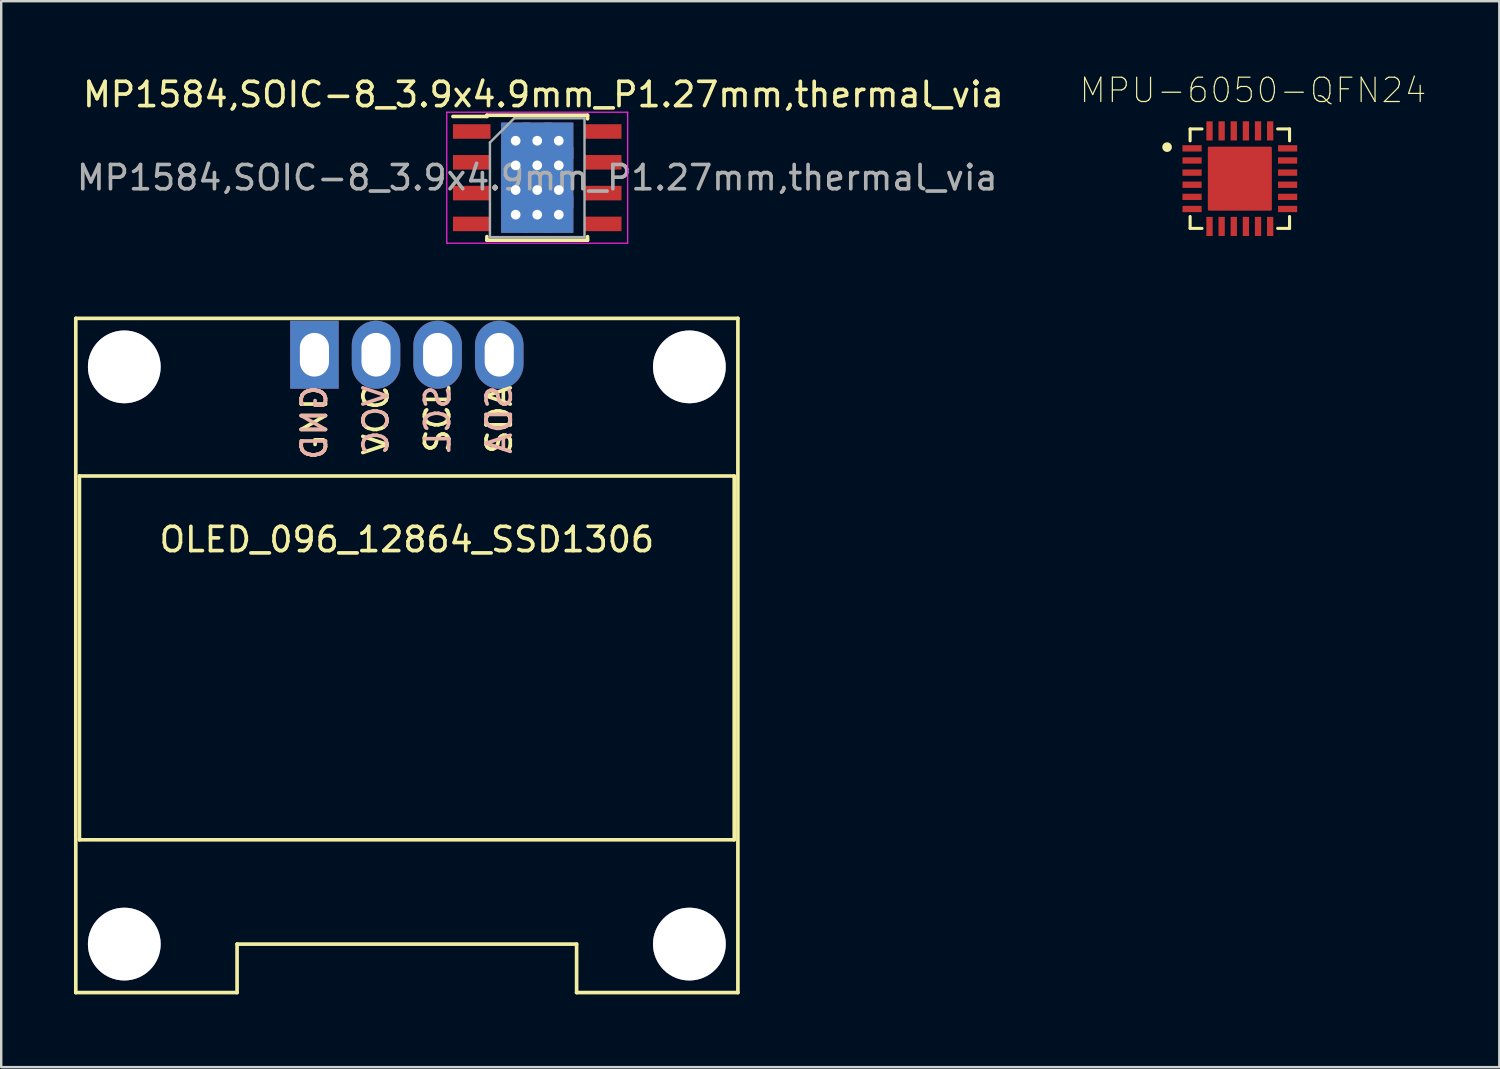
<source format=kicad_pcb>
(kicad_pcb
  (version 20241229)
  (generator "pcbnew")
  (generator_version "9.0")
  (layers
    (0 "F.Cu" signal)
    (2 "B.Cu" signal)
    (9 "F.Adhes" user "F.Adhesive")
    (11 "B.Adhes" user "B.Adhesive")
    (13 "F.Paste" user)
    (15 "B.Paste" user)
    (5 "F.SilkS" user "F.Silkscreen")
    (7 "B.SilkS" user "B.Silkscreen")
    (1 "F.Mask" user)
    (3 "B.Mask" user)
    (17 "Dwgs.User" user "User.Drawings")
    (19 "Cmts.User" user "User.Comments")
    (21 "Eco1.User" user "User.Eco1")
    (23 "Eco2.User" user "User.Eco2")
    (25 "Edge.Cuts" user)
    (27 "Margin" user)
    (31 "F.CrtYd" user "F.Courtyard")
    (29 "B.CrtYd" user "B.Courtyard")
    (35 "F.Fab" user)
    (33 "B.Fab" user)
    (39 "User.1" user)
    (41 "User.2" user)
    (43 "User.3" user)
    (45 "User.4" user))
  (footprint "MPU-6050-QFN24"
    (layer "F.Cu")
    (at 48.072 4.317)
    (property "Reference" "MPU-6050-QFN24" (at 0.541 -3.643 0) (layer "F.SilkS") (effects (font (size 1.002 1.002) (thickness 0.05))))
    (attr smd)
    (fp_poly (pts (xy -1.27 -1.27) (xy -1.27 1.27) (xy 1.27 1.27) (xy 1.27 -1.27)) (stroke (width 0.1) (type solid)) (fill yes) (layer "F.Cu"))
    (fp_line (start -2.05 -1.56) (end -2.05 -2.05) (stroke (width 0.127) (type solid)) (layer "F.SilkS"))
    (fp_line (start -2.05 2.05) (end -2.05 1.56) (stroke (width 0.127) (type solid)) (layer "F.SilkS"))
    (fp_line (start -1.56 -2.05) (end -2.05 -2.05) (stroke (width 0.127) (type solid)) (layer "F.SilkS"))
    (fp_line (start -1.56 2.05) (end -2.05 2.05) (stroke (width 0.127) (type solid)) (layer "F.SilkS"))
    (fp_line (start 1.56 -2.05) (end 2.05 -2.05) (stroke (width 0.127) (type solid)) (layer "F.SilkS"))
    (fp_line (start 2.05 -2.05) (end 2.05 -1.56) (stroke (width 0.127) (type solid)) (layer "F.SilkS"))
    (fp_line (start 2.05 1.56) (end 2.05 2.05) (stroke (width 0.127) (type solid)) (layer "F.SilkS"))
    (fp_line (start 2.05 2.05) (end 1.56 2.05) (stroke (width 0.127) (type solid)) (layer "F.SilkS"))
    (fp_circle (center -3 -1.3) (end -2.9 -1.3) (stroke (width 0.2) (type solid)) (fill no) (layer "F.SilkS"))
    (fp_line (start -2.62 -2.62) (end 2.62 -2.62) (stroke (width 0.05) (type solid)) (layer "Eco1.User"))
    (fp_line (start -2.62 2.62) (end -2.62 -2.62) (stroke (width 0.05) (type solid)) (layer "Eco1.User"))
    (fp_line (start 2.62 -2.62) (end 2.62 2.62) (stroke (width 0.05) (type solid)) (layer "Eco1.User"))
    (fp_line (start 2.62 2.62) (end -2.62 2.62) (stroke (width 0.05) (type solid)) (layer "Eco1.User"))
    (fp_line (start -2.05 -2.05) (end -2.05 2.05) (stroke (width 0.127) (type solid)) (layer "Eco2.User"))
    (fp_line (start 2.05 -2.05) (end -2.05 -2.05) (stroke (width 0.127) (type solid)) (layer "Eco2.User"))
    (fp_line (start 2.05 -2.05) (end 2.05 2.05) (stroke (width 0.127) (type solid)) (layer "Eco2.User"))
    (fp_line (start 2.05 2.05) (end -2.05 2.05) (stroke (width 0.127) (type solid)) (layer "Eco2.User"))
    (pad "1" smd rect (at -1.97 -1.25) (size 0.79 0.26) (layers "F.Cu" "F.Mask" "F.Paste"))
    (pad "2" smd rect (at -1.97 -0.75) (size 0.79 0.26) (layers "F.Cu" "F.Mask" "F.Paste"))
    (pad "3" smd rect (at -1.97 -0.25) (size 0.79 0.26) (layers "F.Cu" "F.Mask" "F.Paste"))
    (pad "4" smd rect (at -1.97 0.25) (size 0.79 0.26) (layers "F.Cu" "F.Mask" "F.Paste"))
    (pad "5" smd rect (at -1.97 0.75) (size 0.79 0.26) (layers "F.Cu" "F.Mask" "F.Paste"))
    (pad "6" smd rect (at -1.97 1.25) (size 0.79 0.26) (layers "F.Cu" "F.Mask" "F.Paste"))
    (pad "7" smd rect (at -1.25 1.97 90) (size 0.79 0.26) (layers "F.Cu" "F.Mask" "F.Paste"))
    (pad "8" smd rect (at -0.75 1.97 90) (size 0.79 0.26) (layers "F.Cu" "F.Mask" "F.Paste"))
    (pad "9" smd rect (at -0.25 1.97 90) (size 0.79 0.26) (layers "F.Cu" "F.Mask" "F.Paste"))
    (pad "10" smd rect (at 0.25 1.97 90) (size 0.79 0.26) (layers "F.Cu" "F.Mask" "F.Paste"))
    (pad "11" smd rect (at 0.75 1.97 90) (size 0.79 0.26) (layers "F.Cu" "F.Mask" "F.Paste"))
    (pad "12" smd rect (at 1.25 1.97 90) (size 0.79 0.26) (layers "F.Cu" "F.Mask" "F.Paste"))
    (pad "13" smd rect (at 1.97 1.25 180) (size 0.79 0.26) (layers "F.Cu" "F.Mask" "F.Paste"))
    (pad "14" smd rect (at 1.97 0.75 180) (size 0.79 0.26) (layers "F.Cu" "F.Mask" "F.Paste"))
    (pad "15" smd rect (at 1.97 0.25 180) (size 0.79 0.26) (layers "F.Cu" "F.Mask" "F.Paste"))
    (pad "16" smd rect (at 1.97 -0.25 180) (size 0.79 0.26) (layers "F.Cu" "F.Mask" "F.Paste"))
    (pad "17" smd rect (at 1.97 -0.75 180) (size 0.79 0.26) (layers "F.Cu" "F.Mask" "F.Paste"))
    (pad "18" smd rect (at 1.97 -1.25 180) (size 0.79 0.26) (layers "F.Cu" "F.Mask" "F.Paste"))
    (pad "19" smd rect (at 1.25 -1.97 270) (size 0.79 0.26) (layers "F.Cu" "F.Mask" "F.Paste"))
    (pad "20" smd rect (at 0.75 -1.97 270) (size 0.79 0.26) (layers "F.Cu" "F.Mask" "F.Paste"))
    (pad "21" smd rect (at 0.25 -1.97 270) (size 0.79 0.26) (layers "F.Cu" "F.Mask" "F.Paste"))
    (pad "22" smd rect (at -0.25 -1.97 270) (size 0.79 0.26) (layers "F.Cu" "F.Mask" "F.Paste"))
    (pad "23" smd rect (at -0.75 -1.97 270) (size 0.79 0.26) (layers "F.Cu" "F.Mask" "F.Paste"))
    (pad "24" smd rect (at -1.25 -1.97 270) (size 0.79 0.26) (layers "F.Cu" "F.Mask" "F.Paste")))
  (footprint "OLED_096_12864_SSD1306"
    (layer "F.Cu")
    (at 13.725 11.577)
    (property "Reference" "OLED_096_12864_SSD1306" (at 0 7.62 0) (layer "F.SilkS") (effects (font (size 1 1) (thickness 0.15))))
    (attr through_hole)
    (fp_line (start -13.65 -1.5) (end -13.65 26.3) (stroke (width 0.15) (type solid)) (layer "F.SilkS"))
    (fp_line (start -13.65 -1.5) (end 13.65 -1.5) (stroke (width 0.15) (type solid)) (layer "F.SilkS"))
    (fp_line (start -13.65 26.3) (end -7 26.3) (stroke (width 0.15) (type solid)) (layer "F.SilkS"))
    (fp_line (start -13.5 5) (end -13.5 20) (stroke (width 0.15) (type solid)) (layer "F.SilkS"))
    (fp_line (start -13.5 20) (end 13.5 20) (stroke (width 0.15) (type solid)) (layer "F.SilkS"))
    (fp_line (start -7 24.3) (end 7 24.3) (stroke (width 0.15) (type solid)) (layer "F.SilkS"))
    (fp_line (start -7 26.3) (end -7 24.3) (stroke (width 0.15) (type solid)) (layer "F.SilkS"))
    (fp_line (start 7 26.3) (end 7 24.3) (stroke (width 0.15) (type solid)) (layer "F.SilkS"))
    (fp_line (start 13.5 5) (end -13.5 5) (stroke (width 0.15) (type solid)) (layer "F.SilkS"))
    (fp_line (start 13.5 20) (end 13.5 5) (stroke (width 0.15) (type solid)) (layer "F.SilkS"))
    (fp_line (start 13.65 -1.5) (end 13.65 26.3) (stroke (width 0.15) (type solid)) (layer "F.SilkS"))
    (fp_line (start 13.65 26.3) (end 7 26.3) (stroke (width 0.15) (type solid)) (layer "F.SilkS"))
    (fp_text user "SDA" (at 3.81 2.675 90) (layer "F.SilkS") (effects (font (size 1 1) (thickness 0.15))))
    (fp_text user "SCL" (at 1.27 2.651 90) (layer "F.SilkS") (effects (font (size 1 1) (thickness 0.15))))
    (fp_text user "GND" (at -3.81 2.794 90) (layer "F.SilkS") (effects (font (size 1 1) (thickness 0.15))))
    (fp_text user "VCC" (at -1.27 2.699 90) (layer "F.SilkS") (effects (font (size 1 1) (thickness 0.15))))
    (fp_text user "SCL" (at 1.27 2.651 90) (layer "B.SilkS") (effects (font (size 1 1) (thickness 0.15)) (justify mirror)))
    (fp_text user "VCC" (at -1.27 2.699 90) (layer "B.SilkS") (effects (font (size 1 1) (thickness 0.15)) (justify mirror)))
    (fp_text user "SDA" (at 3.81 2.675 90) (layer "B.SilkS") (effects (font (size 1 1) (thickness 0.15)) (justify mirror)))
    (fp_text user "GND" (at -3.81 2.794 90) (layer "B.SilkS") (effects (font (size 1 1) (thickness 0.15)) (justify mirror)))
    (pad "" thru_hole circle (at -11.65 0.5) (size 3 3) (drill 3) (layers "*.Cu" "*.Mask"))
    (pad "" thru_hole circle (at -11.65 24.3) (size 3 3) (drill 3) (layers "*.Cu" "*.Mask"))
    (pad "" thru_hole circle (at 11.65 0.5) (size 3 3) (drill 3) (layers "*.Cu" "*.Mask"))
    (pad "" thru_hole circle (at 11.65 24.3) (size 3 3) (drill 3) (layers "*.Cu" "*.Mask"))
    (pad "GND" thru_hole rect (at -3.81 0) (size 2 2.8) (drill oval 1.2 1.8) (layers "*.Cu" "*.Mask"))
    (pad "SCL" thru_hole oval (at 1.27 0) (size 2 2.8) (drill oval 1.2 1.8) (layers "*.Cu" "*.Mask"))
    (pad "SDA" thru_hole oval (at 3.81 0) (size 2 2.8) (drill oval 1.2 1.8) (layers "*.Cu" "*.Mask"))
    (pad "VCC" thru_hole oval (at -1.27 0) (size 2 2.8) (drill oval 1.2 1.8) (layers "*.Cu" "*.Mask")))
  (footprint "MP1584,SOIC-8_3.9x4.9mm_P1.27mm,thermal_via"
    (layer "F.Cu")
    (at 19.101 4.277)
    (property "Reference" "MP1584,SOIC-8_3.9x4.9mm_P1.27mm,thermal_via" (at 0.254 -3.429 0) (layer "F.SilkS") (effects (font (size 1 1) (thickness 0.15))))
    (attr smd)
    (fp_line (start -2.075 -2.575) (end -2.075 -2.525) (stroke (width 0.15) (type solid)) (layer "F.SilkS"))
    (fp_line (start -2.075 -2.575) (end 2.075 -2.575) (stroke (width 0.15) (type solid)) (layer "F.SilkS"))
    (fp_line (start -2.075 -2.525) (end -3.475 -2.525) (stroke (width 0.15) (type solid)) (layer "F.SilkS"))
    (fp_line (start -2.075 2.575) (end -2.075 2.43) (stroke (width 0.15) (type solid)) (layer "F.SilkS"))
    (fp_line (start -2.075 2.575) (end 2.075 2.575) (stroke (width 0.15) (type solid)) (layer "F.SilkS"))
    (fp_line (start 2.075 -2.575) (end 2.075 -2.43) (stroke (width 0.15) (type solid)) (layer "F.SilkS"))
    (fp_line (start 2.075 2.575) (end 2.075 2.43) (stroke (width 0.15) (type solid)) (layer "F.SilkS"))
    (fp_line (start -3.73 -2.7) (end -3.73 2.7) (stroke (width 0.05) (type solid)) (layer "F.CrtYd"))
    (fp_line (start -3.73 -2.7) (end 3.73 -2.7) (stroke (width 0.05) (type solid)) (layer "F.CrtYd"))
    (fp_line (start -3.73 2.7) (end 3.73 2.7) (stroke (width 0.05) (type solid)) (layer "F.CrtYd"))
    (fp_line (start 3.73 -2.7) (end 3.73 2.7) (stroke (width 0.05) (type solid)) (layer "F.CrtYd"))
    (fp_line (start -1.95 -1.45) (end -0.95 -2.45) (stroke (width 0.1) (type solid)) (layer "F.Fab"))
    (fp_line (start -1.95 2.45) (end -1.95 -1.45) (stroke (width 0.1) (type solid)) (layer "F.Fab"))
    (fp_line (start -0.95 -2.45) (end 1.95 -2.45) (stroke (width 0.1) (type solid)) (layer "F.Fab"))
    (fp_line (start 1.95 -2.45) (end 1.95 2.45) (stroke (width 0.1) (type solid)) (layer "F.Fab"))
    (fp_line (start 1.95 2.45) (end -1.95 2.45) (stroke (width 0.1) (type solid)) (layer "F.Fab"))
    (fp_text user "${REFERENCE}" (at 0 0 0) (layer "F.Fab") (effects (font (size 1 1) (thickness 0.15))))
    (pad "1" smd rect (at -2.7 -1.905) (size 1.55 0.6) (layers "F.Cu" "F.Mask" "F.Paste"))
    (pad "2" smd rect (at -2.7 -0.635) (size 1.55 0.6) (layers "F.Cu" "F.Mask" "F.Paste"))
    (pad "3" smd rect (at -2.7 0.635) (size 1.55 0.6) (layers "F.Cu" "F.Mask" "F.Paste"))
    (pad "4" smd rect (at -2.7 1.905) (size 1.55 0.6) (layers "F.Cu" "F.Mask" "F.Paste"))
    (pad "5" smd rect (at 2.7 1.905) (size 1.55 0.6) (layers "F.Cu" "F.Mask" "F.Paste"))
    (pad "6" smd rect (at 2.7 0.635) (size 1.55 0.6) (layers "F.Cu" "F.Mask" "F.Paste"))
    (pad "7" smd rect (at 2.7 -0.635) (size 1.55 0.6) (layers "F.Cu" "F.Mask" "F.Paste"))
    (pad "8" smd rect (at 2.7 -1.905) (size 1.55 0.6) (layers "F.Cu" "F.Mask" "F.Paste"))
    (pad "G" thru_hole rect (at -0.889 -1.524) (size 1.2 1.5) (drill 0.4) (layers "*.Cu" "F.Mask"))
    (pad "G" thru_hole rect (at -0.889 -0.508) (size 1.2 1.5) (drill 0.4) (layers "*.Cu" "F.Mask"))
    (pad "G" thru_hole rect (at -0.889 0.508) (size 1.2 1.5) (drill 0.4) (layers "*.Cu" "F.Mask"))
    (pad "G" thru_hole rect (at -0.889 1.524) (size 1.2 1.5) (drill 0.4) (layers "*.Cu" "F.Mask"))
    (pad "G" thru_hole rect (at 0 -1.524) (size 1.2 1.5) (drill 0.4) (layers "*.Cu" "F.Mask"))
    (pad "G" thru_hole rect (at 0 -0.508) (size 1.2 1.5) (drill 0.4) (layers "*.Cu" "F.Mask"))
    (pad "G" thru_hole rect (at 0 0.508) (size 1.2 1.5) (drill 0.4) (layers "*.Cu" "F.Mask"))
    (pad "G" thru_hole rect (at 0 1.524) (size 1.2 1.5) (drill 0.4) (layers "*.Cu" "F.Mask"))
    (pad "G" thru_hole rect (at 0.889 -1.524) (size 1.2 1.5) (drill 0.4) (layers "*.Cu" "F.Mask"))
    (pad "G" thru_hole rect (at 0.889 -0.508) (size 1.2 1.5) (drill 0.4) (layers "*.Cu" "F.Mask"))
    (pad "G" thru_hole rect (at 0.889 0.508) (size 1.2 1.5) (drill 0.4) (layers "*.Cu" "F.Mask"))
    (pad "G" thru_hole rect (at 0.889 1.524) (size 1.2 1.5) (drill 0.4) (layers "*.Cu" "F.Mask")))
  (gr_rect
    (start -3 -3)
    (end 58.771 40.952)
    (stroke (width 0.1) (type default))
    (fill no)
    (layer "Edge.Cuts")))
</source>
